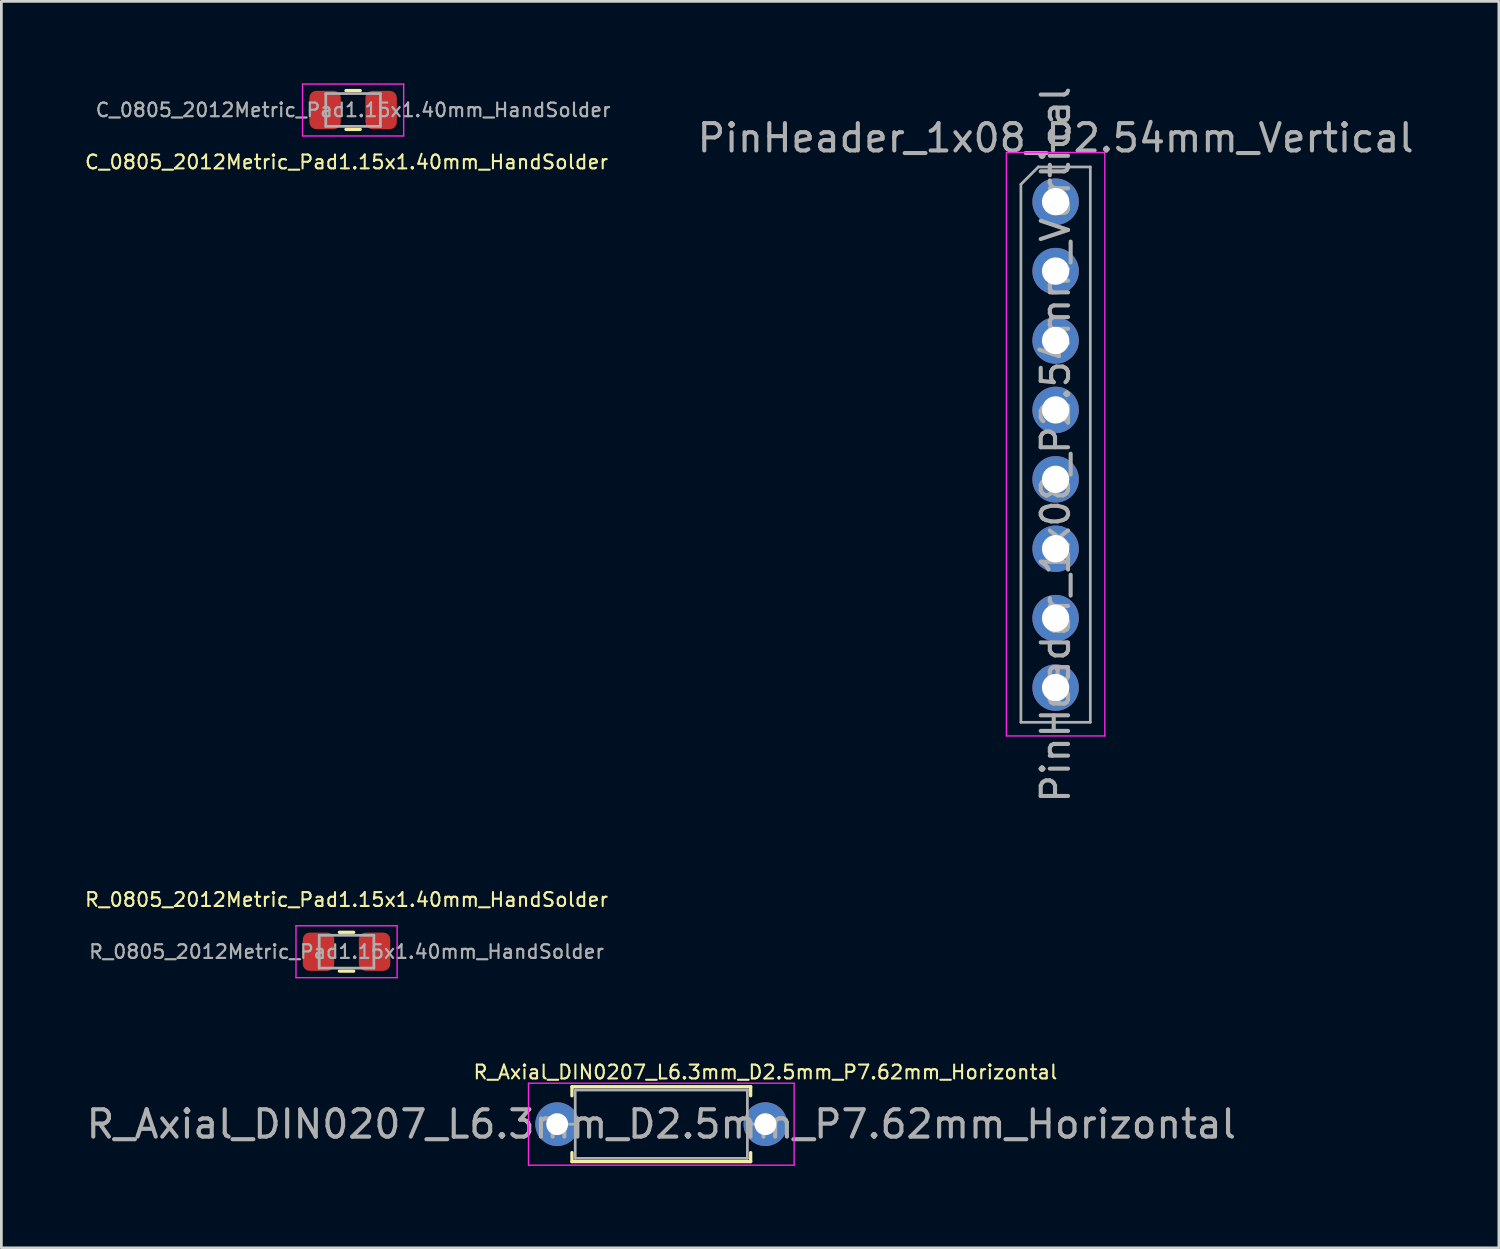
<source format=kicad_pcb>
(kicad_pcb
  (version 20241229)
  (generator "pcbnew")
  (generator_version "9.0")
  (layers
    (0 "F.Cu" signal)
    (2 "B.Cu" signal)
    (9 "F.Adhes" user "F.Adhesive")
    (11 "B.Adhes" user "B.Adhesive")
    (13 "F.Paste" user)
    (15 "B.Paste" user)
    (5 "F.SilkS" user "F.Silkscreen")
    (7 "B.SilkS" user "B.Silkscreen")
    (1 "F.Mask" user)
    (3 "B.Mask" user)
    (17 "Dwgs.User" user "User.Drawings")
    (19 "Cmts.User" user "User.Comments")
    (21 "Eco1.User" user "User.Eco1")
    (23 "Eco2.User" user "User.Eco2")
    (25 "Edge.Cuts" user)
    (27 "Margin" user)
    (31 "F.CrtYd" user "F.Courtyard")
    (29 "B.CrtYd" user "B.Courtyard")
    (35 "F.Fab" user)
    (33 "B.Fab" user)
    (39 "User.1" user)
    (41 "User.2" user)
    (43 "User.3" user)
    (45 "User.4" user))
  (footprint "R_Axial_DIN0207_L6.3mm_D2.5mm_P7.62mm_Horizontal"
    (layer "F.Cu")
    (at 17.339 38.087)
    (property "Reference" "R_Axial_DIN0207_L6.3mm_D2.5mm_P7.62mm_Horizontal" (at 7.62 -1.905 0) (layer "F.SilkS") (effects (font (size 0.508 0.508) (thickness 0.076))))
    (attr through_hole)
    (fp_line (start 0.54 -1.37) (end 7.08 -1.37) (stroke (width 0.12) (type solid)) (layer "F.SilkS"))
    (fp_line (start 0.54 -1.04) (end 0.54 -1.37) (stroke (width 0.12) (type solid)) (layer "F.SilkS"))
    (fp_line (start 0.54 1.04) (end 0.54 1.37) (stroke (width 0.12) (type solid)) (layer "F.SilkS"))
    (fp_line (start 0.54 1.37) (end 7.08 1.37) (stroke (width 0.12) (type solid)) (layer "F.SilkS"))
    (fp_line (start 7.08 -1.37) (end 7.08 -1.04) (stroke (width 0.12) (type solid)) (layer "F.SilkS"))
    (fp_line (start 7.08 1.37) (end 7.08 1.04) (stroke (width 0.12) (type solid)) (layer "F.SilkS"))
    (fp_line (start -1.05 -1.5) (end -1.05 1.5) (stroke (width 0.05) (type solid)) (layer "F.CrtYd"))
    (fp_line (start -1.05 1.5) (end 8.67 1.5) (stroke (width 0.05) (type solid)) (layer "F.CrtYd"))
    (fp_line (start 8.67 -1.5) (end -1.05 -1.5) (stroke (width 0.05) (type solid)) (layer "F.CrtYd"))
    (fp_line (start 8.67 1.5) (end 8.67 -1.5) (stroke (width 0.05) (type solid)) (layer "F.CrtYd"))
    (fp_line (start 0 0) (end 0.66 0) (stroke (width 0.1) (type solid)) (layer "F.Fab"))
    (fp_line (start 0.66 -1.25) (end 0.66 1.25) (stroke (width 0.1) (type solid)) (layer "F.Fab"))
    (fp_line (start 0.66 1.25) (end 6.96 1.25) (stroke (width 0.1) (type solid)) (layer "F.Fab"))
    (fp_line (start 6.96 -1.25) (end 0.66 -1.25) (stroke (width 0.1) (type solid)) (layer "F.Fab"))
    (fp_line (start 6.96 1.25) (end 6.96 -1.25) (stroke (width 0.1) (type solid)) (layer "F.Fab"))
    (fp_line (start 7.62 0) (end 6.96 0) (stroke (width 0.1) (type solid)) (layer "F.Fab"))
    (fp_text user "${REFERENCE}" (at 3.81 0 0) (layer "F.Fab") (effects (font (size 1 1) (thickness 0.15))))
    (pad "1" thru_hole circle (at 0 0) (size 1.6 1.6) (drill 0.8) (layers "*.Cu" "*.Mask"))
    (pad "2" thru_hole oval (at 7.62 0) (size 1.6 1.6) (drill 0.8) (layers "*.Cu" "*.Mask")))
  (footprint "PinHeader_1x08_P2.54mm_Vertical"
    (layer "F.Cu")
    (at 35.578 4.33)
    (property "Reference" "PinHeader_1x08_P2.54mm_Vertical" (at 0 -2.33 0) (layer "F.Fab") (effects (font (size 1 1) (thickness 0.15))))
    (attr through_hole)
    (fp_line (start -1.8 -1.8) (end -1.8 19.55) (stroke (width 0.05) (type solid)) (layer "F.CrtYd"))
    (fp_line (start -1.8 19.55) (end 1.8 19.55) (stroke (width 0.05) (type solid)) (layer "F.CrtYd"))
    (fp_line (start 1.8 -1.8) (end -1.8 -1.8) (stroke (width 0.05) (type solid)) (layer "F.CrtYd"))
    (fp_line (start 1.8 19.55) (end 1.8 -1.8) (stroke (width 0.05) (type solid)) (layer "F.CrtYd"))
    (fp_line (start -1.27 -0.635) (end -0.635 -1.27) (stroke (width 0.1) (type solid)) (layer "F.Fab"))
    (fp_line (start -1.27 19.05) (end -1.27 -0.635) (stroke (width 0.1) (type solid)) (layer "F.Fab"))
    (fp_line (start -0.635 -1.27) (end 1.27 -1.27) (stroke (width 0.1) (type solid)) (layer "F.Fab"))
    (fp_line (start 1.27 -1.27) (end 1.27 19.05) (stroke (width 0.1) (type solid)) (layer "F.Fab"))
    (fp_line (start 1.27 19.05) (end -1.27 19.05) (stroke (width 0.1) (type solid)) (layer "F.Fab"))
    (fp_text user "${REFERENCE}" (at 0 8.89 90) (layer "F.Fab") (effects (font (size 1 1) (thickness 0.15))))
    (pad "1" thru_hole circle (at 0 0) (size 1.7 1.7) (drill 1) (layers "*.Cu" "*.Mask"))
    (pad "2" thru_hole oval (at 0 2.54) (size 1.7 1.7) (drill 1) (layers "*.Cu" "*.Mask"))
    (pad "3" thru_hole oval (at 0 5.08) (size 1.7 1.7) (drill 1) (layers "*.Cu" "*.Mask"))
    (pad "4" thru_hole oval (at 0 7.62) (size 1.7 1.7) (drill 1) (layers "*.Cu" "*.Mask"))
    (pad "5" thru_hole oval (at 0 10.16) (size 1.7 1.7) (drill 1) (layers "*.Cu" "*.Mask"))
    (pad "6" thru_hole oval (at 0 12.7) (size 1.7 1.7) (drill 1) (layers "*.Cu" "*.Mask"))
    (pad "7" thru_hole oval (at 0 15.24) (size 1.7 1.7) (drill 1) (layers "*.Cu" "*.Mask"))
    (pad "8" thru_hole oval (at 0 17.78) (size 1.7 1.7) (drill 1) (layers "*.Cu" "*.Mask")))
  (footprint "R_0805_2012Metric_Pad1.15x1.40mm_HandSolder"
    (layer "F.Cu")
    (at 9.631 31.776)
    (property "Reference" "R_0805_2012Metric_Pad1.15x1.40mm_HandSolder" (at 0 -1.905 0) (layer "F.SilkS") (effects (font (size 0.508 0.508) (thickness 0.076))))
    (attr smd)
    (fp_line (start -0.261 -0.71) (end 0.261 -0.71) (stroke (width 0.12) (type solid)) (layer "F.SilkS"))
    (fp_line (start -0.261 0.71) (end 0.261 0.71) (stroke (width 0.12) (type solid)) (layer "F.SilkS"))
    (fp_line (start -1.85 -0.95) (end 1.85 -0.95) (stroke (width 0.05) (type solid)) (layer "F.CrtYd"))
    (fp_line (start -1.85 0.95) (end -1.85 -0.95) (stroke (width 0.05) (type solid)) (layer "F.CrtYd"))
    (fp_line (start 1.85 -0.95) (end 1.85 0.95) (stroke (width 0.05) (type solid)) (layer "F.CrtYd"))
    (fp_line (start 1.85 0.95) (end -1.85 0.95) (stroke (width 0.05) (type solid)) (layer "F.CrtYd"))
    (fp_line (start -1 -0.6) (end 1 -0.6) (stroke (width 0.1) (type solid)) (layer "F.Fab"))
    (fp_line (start -1 0.6) (end -1 -0.6) (stroke (width 0.1) (type solid)) (layer "F.Fab"))
    (fp_line (start 1 -0.6) (end 1 0.6) (stroke (width 0.1) (type solid)) (layer "F.Fab"))
    (fp_line (start 1 0.6) (end -1 0.6) (stroke (width 0.1) (type solid)) (layer "F.Fab"))
    (fp_text user "${REFERENCE}" (at 0 0 0) (layer "F.Fab") (effects (font (size 0.5 0.5) (thickness 0.08))))
    (pad "1" smd roundrect (at -1.025 0) (size 1.15 1.4) (layers "F.Cu" "F.Mask" "F.Paste") (roundrect_rratio 0.217))
    (pad "2" smd roundrect (at 1.025 0) (size 1.15 1.4) (layers "F.Cu" "F.Mask" "F.Paste") (roundrect_rratio 0.217)))
  (footprint "C_0805_2012Metric_Pad1.15x1.40mm_HandSolder"
    (layer "F.Cu")
    (at 9.871 0.975)
    (property "Reference" "C_0805_2012Metric_Pad1.15x1.40mm_HandSolder" (at -0.24 1.905 180) (layer "F.SilkS") (effects (font (size 0.508 0.508) (thickness 0.076))))
    (attr smd)
    (fp_line (start -0.261 -0.71) (end 0.261 -0.71) (stroke (width 0.12) (type solid)) (layer "F.SilkS"))
    (fp_line (start -0.261 0.71) (end 0.261 0.71) (stroke (width 0.12) (type solid)) (layer "F.SilkS"))
    (fp_line (start -1.85 -0.95) (end 1.85 -0.95) (stroke (width 0.05) (type solid)) (layer "F.CrtYd"))
    (fp_line (start -1.85 0.95) (end -1.85 -0.95) (stroke (width 0.05) (type solid)) (layer "F.CrtYd"))
    (fp_line (start 1.85 -0.95) (end 1.85 0.95) (stroke (width 0.05) (type solid)) (layer "F.CrtYd"))
    (fp_line (start 1.85 0.95) (end -1.85 0.95) (stroke (width 0.05) (type solid)) (layer "F.CrtYd"))
    (fp_line (start -1 -0.6) (end 1 -0.6) (stroke (width 0.1) (type solid)) (layer "F.Fab"))
    (fp_line (start -1 0.6) (end -1 -0.6) (stroke (width 0.1) (type solid)) (layer "F.Fab"))
    (fp_line (start 1 -0.6) (end 1 0.6) (stroke (width 0.1) (type solid)) (layer "F.Fab"))
    (fp_line (start 1 0.6) (end -1 0.6) (stroke (width 0.1) (type solid)) (layer "F.Fab"))
    (fp_text user "${REFERENCE}" (at 0 0 180) (layer "F.Fab") (effects (font (size 0.5 0.5) (thickness 0.08))))
    (pad "1" smd roundrect (at -1.025 0) (size 1.15 1.4) (layers "F.Cu" "F.Mask" "F.Paste") (roundrect_rratio 0.217))
    (pad "2" smd roundrect (at 1.025 0) (size 1.15 1.4) (layers "F.Cu" "F.Mask" "F.Paste") (roundrect_rratio 0.217)))
  (gr_rect
    (start -3 -3)
    (end 51.798 42.612)
    (stroke (width 0.1) (type default))
    (fill no)
    (layer "Edge.Cuts")))
</source>
